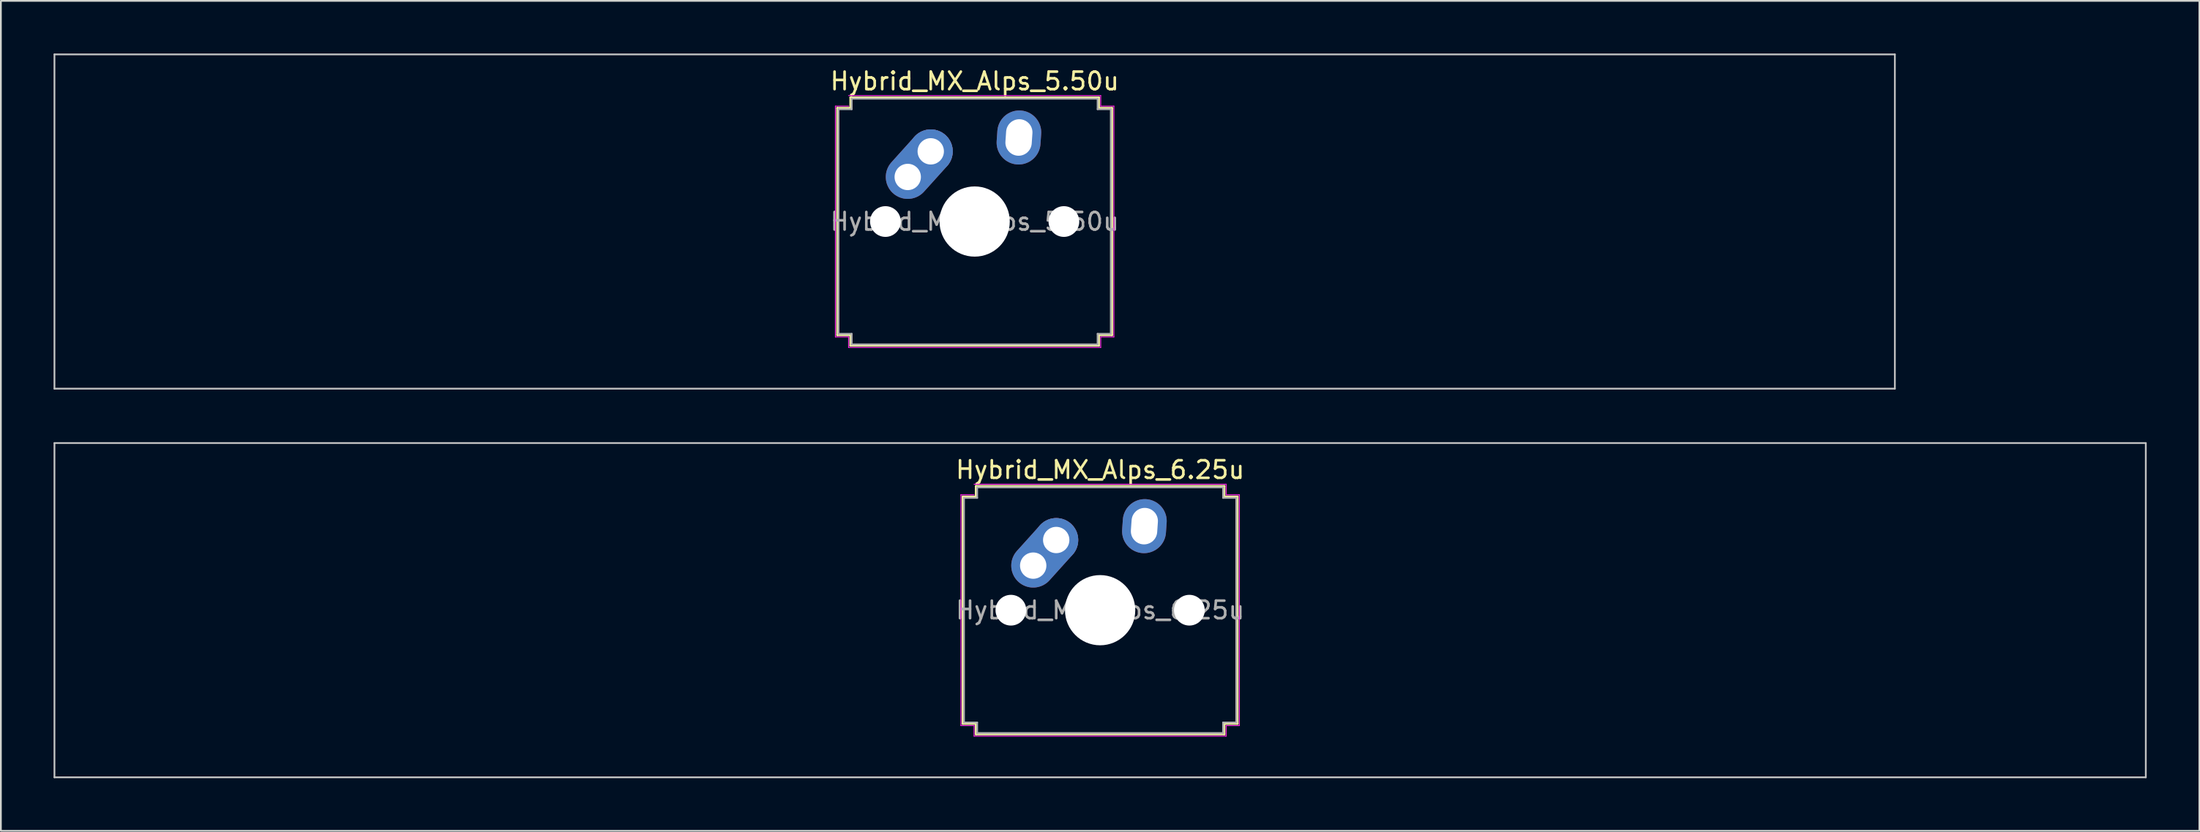
<source format=kicad_pcb>
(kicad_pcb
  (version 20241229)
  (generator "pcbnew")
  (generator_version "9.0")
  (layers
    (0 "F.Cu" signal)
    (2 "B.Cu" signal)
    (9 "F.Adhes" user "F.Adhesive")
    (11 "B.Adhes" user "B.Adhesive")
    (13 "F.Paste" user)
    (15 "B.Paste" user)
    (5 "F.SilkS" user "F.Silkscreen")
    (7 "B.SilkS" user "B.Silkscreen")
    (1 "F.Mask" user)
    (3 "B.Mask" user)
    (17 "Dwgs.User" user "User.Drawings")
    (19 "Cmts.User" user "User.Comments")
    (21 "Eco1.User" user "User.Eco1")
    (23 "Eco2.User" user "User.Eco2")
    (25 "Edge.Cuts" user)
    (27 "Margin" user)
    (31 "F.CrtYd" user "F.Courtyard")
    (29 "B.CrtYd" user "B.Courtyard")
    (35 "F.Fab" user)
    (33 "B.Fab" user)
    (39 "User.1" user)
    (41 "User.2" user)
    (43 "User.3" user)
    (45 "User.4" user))
  (footprint "Hybrid_MX_Alps_5.50u"
    (layer "F.Cu")
    (at 52.438 9.575)
    (property "Reference" "Hybrid_MX_Alps_5.50u" (at 0 -8 0) (layer "F.SilkS") (effects (font (size 1 1) (thickness 0.15))))
    (attr through_hole)
    (fp_line (start -7.821 -6.471) (end -7.071 -6.471) (stroke (width 0.12) (type solid)) (layer "F.SilkS"))
    (fp_line (start -7.821 6.471) (end -7.821 -6.471) (stroke (width 0.12) (type solid)) (layer "F.SilkS"))
    (fp_line (start -7.071 -7.071) (end 7.071 -7.071) (stroke (width 0.12) (type solid)) (layer "F.SilkS"))
    (fp_line (start -7.071 -6.471) (end -7.071 -7.071) (stroke (width 0.12) (type solid)) (layer "F.SilkS"))
    (fp_line (start -7.071 6.471) (end -7.821 6.471) (stroke (width 0.12) (type solid)) (layer "F.SilkS"))
    (fp_line (start -7.071 7.071) (end -7.071 6.471) (stroke (width 0.12) (type solid)) (layer "F.SilkS"))
    (fp_line (start 7.071 -7.071) (end 7.071 -6.471) (stroke (width 0.12) (type solid)) (layer "F.SilkS"))
    (fp_line (start 7.071 -6.471) (end 7.821 -6.471) (stroke (width 0.12) (type solid)) (layer "F.SilkS"))
    (fp_line (start 7.071 6.471) (end 7.071 7.071) (stroke (width 0.12) (type solid)) (layer "F.SilkS"))
    (fp_line (start 7.071 7.071) (end -7.071 7.071) (stroke (width 0.12) (type solid)) (layer "F.SilkS"))
    (fp_line (start 7.821 -6.471) (end 7.821 6.471) (stroke (width 0.12) (type solid)) (layer "F.SilkS"))
    (fp_line (start 7.821 6.471) (end 7.071 6.471) (stroke (width 0.12) (type solid)) (layer "F.SilkS"))
    (fp_line (start -52.388 -9.525) (end -52.388 9.525) (stroke (width 0.1) (type solid)) (layer "Dwgs.User"))
    (fp_line (start -52.388 9.525) (end 52.388 9.525) (stroke (width 0.1) (type solid)) (layer "Dwgs.User"))
    (fp_line (start 52.388 -9.525) (end -52.388 -9.525) (stroke (width 0.1) (type solid)) (layer "Dwgs.User"))
    (fp_line (start 52.388 9.525) (end 52.388 -9.525) (stroke (width 0.1) (type solid)) (layer "Dwgs.User"))
    (fp_line (start -7.927 -6.577) (end -7.177 -6.577) (stroke (width 0.05) (type solid)) (layer "F.CrtYd"))
    (fp_line (start -7.927 6.577) (end -7.927 -6.577) (stroke (width 0.05) (type solid)) (layer "F.CrtYd"))
    (fp_line (start -7.177 -7.177) (end 7.177 -7.177) (stroke (width 0.05) (type solid)) (layer "F.CrtYd"))
    (fp_line (start -7.177 6.577) (end -7.927 6.577) (stroke (width 0.05) (type solid)) (layer "F.CrtYd"))
    (fp_line (start -7.177 7.177) (end -7.177 6.577) (stroke (width 0.05) (type solid)) (layer "F.CrtYd"))
    (fp_line (start 7.177 -7.177) (end 7.177 -6.577) (stroke (width 0.05) (type solid)) (layer "F.CrtYd"))
    (fp_line (start 7.177 -6.577) (end 7.927 -6.577) (stroke (width 0.05) (type solid)) (layer "F.CrtYd"))
    (fp_line (start 7.177 6.577) (end 7.177 7.177) (stroke (width 0.05) (type solid)) (layer "F.CrtYd"))
    (fp_line (start 7.177 7.177) (end -7.177 7.177) (stroke (width 0.05) (type solid)) (layer "F.CrtYd"))
    (fp_line (start 7.927 -6.577) (end 7.927 6.577) (stroke (width 0.05) (type solid)) (layer "F.CrtYd"))
    (fp_line (start 7.927 6.577) (end 7.177 6.577) (stroke (width 0.05) (type solid)) (layer "F.CrtYd"))
    (fp_line (start -7.75 -6.4) (end -7 -6.4) (stroke (width 0.1) (type solid)) (layer "F.Fab"))
    (fp_line (start -7.75 6.4) (end -7.75 -6.4) (stroke (width 0.1) (type solid)) (layer "F.Fab"))
    (fp_line (start -7 -7) (end 7 -7) (stroke (width 0.1) (type solid)) (layer "F.Fab"))
    (fp_line (start -7 -6.4) (end -7 -7) (stroke (width 0.1) (type solid)) (layer "F.Fab"))
    (fp_line (start -7 6.4) (end -7.75 6.4) (stroke (width 0.1) (type solid)) (layer "F.Fab"))
    (fp_line (start -7 7) (end -7 6.4) (stroke (width 0.1) (type solid)) (layer "F.Fab"))
    (fp_line (start 7 -7) (end 7 -6.4) (stroke (width 0.1) (type solid)) (layer "F.Fab"))
    (fp_line (start 7 -6.4) (end 7.75 -6.4) (stroke (width 0.1) (type solid)) (layer "F.Fab"))
    (fp_line (start 7 6.4) (end 7 7) (stroke (width 0.1) (type solid)) (layer "F.Fab"))
    (fp_line (start 7 7) (end -7 7) (stroke (width 0.1) (type solid)) (layer "F.Fab"))
    (fp_line (start 7.75 -6.4) (end 7.75 6.4) (stroke (width 0.1) (type solid)) (layer "F.Fab"))
    (fp_line (start 7.75 6.4) (end 7 6.4) (stroke (width 0.1) (type solid)) (layer "F.Fab"))
    (fp_text user "${REFERENCE}" (at 0 0 0) (layer "F.Fab") (effects (font (size 1 1) (thickness 0.15))))
    (pad "" np_thru_hole circle (at -5.08 0) (size 1.75 1.75) (drill 1.75) (layers "*.Cu" "*.Mask"))
    (pad "" np_thru_hole circle (at 0 0) (size 4 4) (drill 4) (layers "*.Cu" "*.Mask"))
    (pad "" np_thru_hole circle (at 5.08 0) (size 1.75 1.75) (drill 1.75) (layers "*.Cu" "*.Mask"))
    (pad "1" thru_hole oval (at -3.81 -2.54 48) (size 4.462 2.5) (drill 1.5 (offset 0.981 0)) (layers "*.Cu" "*.Mask"))
    (pad "1" thru_hole circle (at -2.5 -4) (size 2.5 2.5) (drill 1.5) (layers "*.Cu" "*.Mask"))
    (pad "2" thru_hole oval (at 2.52 -4.79 86) (size 3.081 2.5) (drill oval 2.081 1.5) (layers "*.Cu" "*.Mask")))
  (footprint "Hybrid_MX_Alps_6.25u"
    (layer "F.Cu")
    (at 59.581 31.725)
    (property "Reference" "Hybrid_MX_Alps_6.25u" (at 0 -8 0) (layer "F.SilkS") (effects (font (size 1 1) (thickness 0.15))))
    (attr through_hole)
    (fp_line (start -7.821 -6.471) (end -7.071 -6.471) (stroke (width 0.12) (type solid)) (layer "F.SilkS"))
    (fp_line (start -7.821 6.471) (end -7.821 -6.471) (stroke (width 0.12) (type solid)) (layer "F.SilkS"))
    (fp_line (start -7.071 -7.071) (end 7.071 -7.071) (stroke (width 0.12) (type solid)) (layer "F.SilkS"))
    (fp_line (start -7.071 -6.471) (end -7.071 -7.071) (stroke (width 0.12) (type solid)) (layer "F.SilkS"))
    (fp_line (start -7.071 6.471) (end -7.821 6.471) (stroke (width 0.12) (type solid)) (layer "F.SilkS"))
    (fp_line (start -7.071 7.071) (end -7.071 6.471) (stroke (width 0.12) (type solid)) (layer "F.SilkS"))
    (fp_line (start 7.071 -7.071) (end 7.071 -6.471) (stroke (width 0.12) (type solid)) (layer "F.SilkS"))
    (fp_line (start 7.071 -6.471) (end 7.821 -6.471) (stroke (width 0.12) (type solid)) (layer "F.SilkS"))
    (fp_line (start 7.071 6.471) (end 7.071 7.071) (stroke (width 0.12) (type solid)) (layer "F.SilkS"))
    (fp_line (start 7.071 7.071) (end -7.071 7.071) (stroke (width 0.12) (type solid)) (layer "F.SilkS"))
    (fp_line (start 7.821 -6.471) (end 7.821 6.471) (stroke (width 0.12) (type solid)) (layer "F.SilkS"))
    (fp_line (start 7.821 6.471) (end 7.071 6.471) (stroke (width 0.12) (type solid)) (layer "F.SilkS"))
    (fp_line (start -59.531 -9.525) (end -59.531 9.525) (stroke (width 0.1) (type solid)) (layer "Dwgs.User"))
    (fp_line (start -59.531 9.525) (end 59.531 9.525) (stroke (width 0.1) (type solid)) (layer "Dwgs.User"))
    (fp_line (start 59.531 -9.525) (end -59.531 -9.525) (stroke (width 0.1) (type solid)) (layer "Dwgs.User"))
    (fp_line (start 59.531 9.525) (end 59.531 -9.525) (stroke (width 0.1) (type solid)) (layer "Dwgs.User"))
    (fp_line (start -7.927 -6.577) (end -7.177 -6.577) (stroke (width 0.05) (type solid)) (layer "F.CrtYd"))
    (fp_line (start -7.927 6.577) (end -7.927 -6.577) (stroke (width 0.05) (type solid)) (layer "F.CrtYd"))
    (fp_line (start -7.177 -7.177) (end 7.177 -7.177) (stroke (width 0.05) (type solid)) (layer "F.CrtYd"))
    (fp_line (start -7.177 6.577) (end -7.927 6.577) (stroke (width 0.05) (type solid)) (layer "F.CrtYd"))
    (fp_line (start -7.177 7.177) (end -7.177 6.577) (stroke (width 0.05) (type solid)) (layer "F.CrtYd"))
    (fp_line (start 7.177 -7.177) (end 7.177 -6.577) (stroke (width 0.05) (type solid)) (layer "F.CrtYd"))
    (fp_line (start 7.177 -6.577) (end 7.927 -6.577) (stroke (width 0.05) (type solid)) (layer "F.CrtYd"))
    (fp_line (start 7.177 6.577) (end 7.177 7.177) (stroke (width 0.05) (type solid)) (layer "F.CrtYd"))
    (fp_line (start 7.177 7.177) (end -7.177 7.177) (stroke (width 0.05) (type solid)) (layer "F.CrtYd"))
    (fp_line (start 7.927 -6.577) (end 7.927 6.577) (stroke (width 0.05) (type solid)) (layer "F.CrtYd"))
    (fp_line (start 7.927 6.577) (end 7.177 6.577) (stroke (width 0.05) (type solid)) (layer "F.CrtYd"))
    (fp_line (start -7.75 -6.4) (end -7 -6.4) (stroke (width 0.1) (type solid)) (layer "F.Fab"))
    (fp_line (start -7.75 6.4) (end -7.75 -6.4) (stroke (width 0.1) (type solid)) (layer "F.Fab"))
    (fp_line (start -7 -7) (end 7 -7) (stroke (width 0.1) (type solid)) (layer "F.Fab"))
    (fp_line (start -7 -6.4) (end -7 -7) (stroke (width 0.1) (type solid)) (layer "F.Fab"))
    (fp_line (start -7 6.4) (end -7.75 6.4) (stroke (width 0.1) (type solid)) (layer "F.Fab"))
    (fp_line (start -7 7) (end -7 6.4) (stroke (width 0.1) (type solid)) (layer "F.Fab"))
    (fp_line (start 7 -7) (end 7 -6.4) (stroke (width 0.1) (type solid)) (layer "F.Fab"))
    (fp_line (start 7 -6.4) (end 7.75 -6.4) (stroke (width 0.1) (type solid)) (layer "F.Fab"))
    (fp_line (start 7 6.4) (end 7 7) (stroke (width 0.1) (type solid)) (layer "F.Fab"))
    (fp_line (start 7 7) (end -7 7) (stroke (width 0.1) (type solid)) (layer "F.Fab"))
    (fp_line (start 7.75 -6.4) (end 7.75 6.4) (stroke (width 0.1) (type solid)) (layer "F.Fab"))
    (fp_line (start 7.75 6.4) (end 7 6.4) (stroke (width 0.1) (type solid)) (layer "F.Fab"))
    (fp_text user "${REFERENCE}" (at 0 0 0) (layer "F.Fab") (effects (font (size 1 1) (thickness 0.15))))
    (pad "" np_thru_hole circle (at -5.08 0) (size 1.75 1.75) (drill 1.75) (layers "*.Cu" "*.Mask"))
    (pad "" np_thru_hole circle (at 0 0) (size 4 4) (drill 4) (layers "*.Cu" "*.Mask"))
    (pad "" np_thru_hole circle (at 5.08 0) (size 1.75 1.75) (drill 1.75) (layers "*.Cu" "*.Mask"))
    (pad "1" thru_hole oval (at -3.81 -2.54 48) (size 4.462 2.5) (drill 1.5 (offset 0.981 0)) (layers "*.Cu" "*.Mask"))
    (pad "1" thru_hole circle (at -2.5 -4) (size 2.5 2.5) (drill 1.5) (layers "*.Cu" "*.Mask"))
    (pad "2" thru_hole oval (at 2.52 -4.79 86) (size 3.081 2.5) (drill oval 2.081 1.5) (layers "*.Cu" "*.Mask")))
  (gr_rect
    (start -3 -3)
    (end 122.162 44.3)
    (stroke (width 0.1) (type default))
    (fill no)
    (layer "Edge.Cuts")))
</source>
